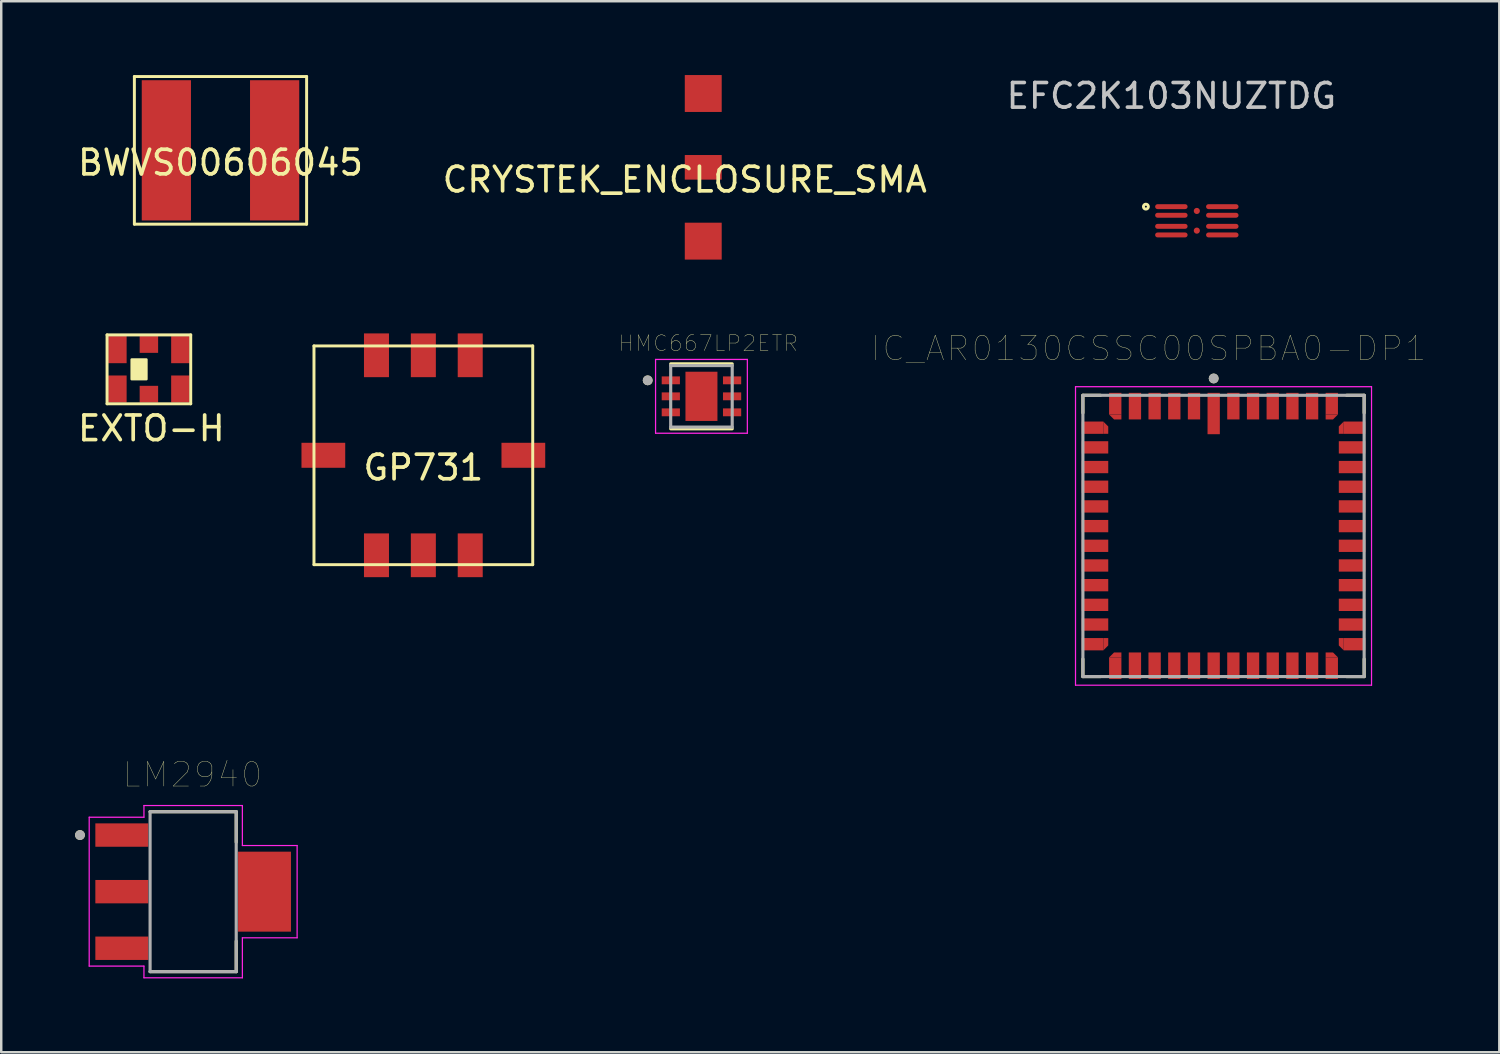
<source format=kicad_pcb>
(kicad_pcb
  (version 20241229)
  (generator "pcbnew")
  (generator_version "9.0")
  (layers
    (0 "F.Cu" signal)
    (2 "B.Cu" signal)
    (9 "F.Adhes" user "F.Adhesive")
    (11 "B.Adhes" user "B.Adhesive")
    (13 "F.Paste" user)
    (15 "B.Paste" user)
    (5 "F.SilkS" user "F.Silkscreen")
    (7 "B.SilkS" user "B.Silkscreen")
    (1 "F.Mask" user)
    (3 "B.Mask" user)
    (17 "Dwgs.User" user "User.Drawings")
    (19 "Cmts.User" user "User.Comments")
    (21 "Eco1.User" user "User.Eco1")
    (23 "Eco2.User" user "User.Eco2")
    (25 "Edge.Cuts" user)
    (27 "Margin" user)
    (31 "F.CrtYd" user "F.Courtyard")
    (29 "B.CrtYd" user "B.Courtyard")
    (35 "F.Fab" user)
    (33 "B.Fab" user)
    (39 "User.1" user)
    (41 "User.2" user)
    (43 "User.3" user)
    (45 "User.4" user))
  (footprint "EFC2K103NUZTDG"
    (layer "F.Cu")
    (at 45.589 5.923)
    (property "Reference" "EFC2K103NUZTDG" (at -1.035 -5.075 0) (layer "Dwgs.User") (effects (font (size 1 1) (thickness 0.15))))
    (attr smd)
    (fp_circle (center -2.07 -0.575) (end -1.97 -0.575) (stroke (width 0.12) (type solid)) (fill no) (layer "F.SilkS"))
    (pad "1" smd roundrect (at -1.035 -0.575) (size 1.32 0.2) (layers "F.Cu" "F.Mask" "F.Paste") (roundrect_rratio 0.5))
    (pad "1" smd roundrect (at -1.035 -0.225) (size 1.32 0.2) (layers "F.Cu" "F.Mask" "F.Paste") (roundrect_rratio 0.5))
    (pad "1" smd roundrect (at 1.035 -0.575) (size 1.32 0.2) (layers "F.Cu" "F.Mask" "F.Paste") (roundrect_rratio 0.5))
    (pad "1" smd roundrect (at 1.035 -0.225) (size 1.32 0.2) (layers "F.Cu" "F.Mask" "F.Paste") (roundrect_rratio 0.5))
    (pad "2" smd roundrect (at -1.035 0.225) (size 1.32 0.2) (layers "F.Cu" "F.Mask" "F.Paste") (roundrect_rratio 0.5))
    (pad "2" smd roundrect (at -1.035 0.575) (size 1.32 0.2) (layers "F.Cu" "F.Mask" "F.Paste") (roundrect_rratio 0.5))
    (pad "2" smd roundrect (at 1.035 0.225) (size 1.32 0.2) (layers "F.Cu" "F.Mask" "F.Paste") (roundrect_rratio 0.5))
    (pad "2" smd roundrect (at 1.035 0.575) (size 1.32 0.2) (layers "F.Cu" "F.Mask" "F.Paste") (roundrect_rratio 0.5))
    (pad "3" smd circle (at 0 -0.4) (size 0.25 0.25) (layers "F.Cu" "F.Mask" "F.Paste"))
    (pad "4" smd circle (at 0 0.4) (size 0.25 0.25) (layers "F.Cu" "F.Mask" "F.Paste")))
  (footprint "IC_AR0130CSSC00SPBA0-DP1"
    (layer "F.Cu")
    (at 46.674 18.731)
    (property "Reference" "IC_AR0130CSSC00SPBA0-DP1" (at -3.048 -7.62 0) (layer "F.SilkS") (effects (font (size 1 1) (thickness 0.015))))
    (attr through_hole)
    (fp_poly (pts (xy -4.885 -4.15) (xy -4.685 -4.15) (xy -4.685 -4.45) (xy -4.885 -4.65)) (stroke (width 0.0001) (type solid)) (fill yes) (layer "F.Cu"))
    (fp_poly (pts (xy -4.885 4.15) (xy -4.685 4.15) (xy -4.685 4.45) (xy -4.885 4.65)) (stroke (width 0.0001) (type solid)) (fill yes) (layer "F.Cu"))
    (fp_poly (pts (xy -4.15 -4.935) (xy -4.15 -4.735) (xy -4.45 -4.735) (xy -4.65 -4.935)) (stroke (width 0.0001) (type solid)) (fill yes) (layer "F.Cu"))
    (fp_poly (pts (xy -4.15 4.935) (xy -4.15 4.735) (xy -4.45 4.735) (xy -4.65 4.935)) (stroke (width 0.0001) (type solid)) (fill yes) (layer "F.Cu"))
    (fp_poly (pts (xy 4.15 -4.935) (xy 4.15 -4.735) (xy 4.45 -4.735) (xy 4.65 -4.935)) (stroke (width 0.0001) (type solid)) (fill yes) (layer "F.Cu"))
    (fp_poly (pts (xy 4.15 4.935) (xy 4.15 4.735) (xy 4.45 4.735) (xy 4.65 4.935)) (stroke (width 0.0001) (type solid)) (fill yes) (layer "F.Cu"))
    (fp_poly (pts (xy 4.885 -4.15) (xy 4.685 -4.15) (xy 4.685 -4.45) (xy 4.885 -4.65)) (stroke (width 0.0001) (type solid)) (fill yes) (layer "F.Cu"))
    (fp_poly (pts (xy 4.885 4.15) (xy 4.685 4.15) (xy 4.685 4.45) (xy 4.885 4.65)) (stroke (width 0.0001) (type solid)) (fill yes) (layer "F.Cu"))
    (fp_poly (pts (xy -5.865 -4.05) (xy -4.585 -4.05) (xy -4.585 -4.51) (xy -4.825 -4.75) (xy -5.865 -4.75)) (stroke (width 0.0001) (type solid)) (fill yes) (layer "F.Mask"))
    (fp_poly (pts (xy -5.865 4.05) (xy -4.585 4.05) (xy -4.585 4.51) (xy -4.825 4.75) (xy -5.865 4.75)) (stroke (width 0.0001) (type solid)) (fill yes) (layer "F.Mask"))
    (fp_poly (pts (xy -4.05 -5.915) (xy -4.05 -4.635) (xy -4.51 -4.635) (xy -4.75 -4.875) (xy -4.75 -5.915)) (stroke (width 0.0001) (type solid)) (fill yes) (layer "F.Mask"))
    (fp_poly (pts (xy -4.05 5.915) (xy -4.05 4.635) (xy -4.51 4.635) (xy -4.75 4.875) (xy -4.75 5.915)) (stroke (width 0.0001) (type solid)) (fill yes) (layer "F.Mask"))
    (fp_poly (pts (xy 4.05 -5.915) (xy 4.05 -4.635) (xy 4.51 -4.635) (xy 4.75 -4.875) (xy 4.75 -5.915)) (stroke (width 0.0001) (type solid)) (fill yes) (layer "F.Mask"))
    (fp_poly (pts (xy 4.05 5.915) (xy 4.05 4.635) (xy 4.51 4.635) (xy 4.75 4.875) (xy 4.75 5.915)) (stroke (width 0.0001) (type solid)) (fill yes) (layer "F.Mask"))
    (fp_poly (pts (xy 5.865 -4.05) (xy 4.585 -4.05) (xy 4.585 -4.51) (xy 4.825 -4.75) (xy 5.865 -4.75)) (stroke (width 0.0001) (type solid)) (fill yes) (layer "F.Mask"))
    (fp_poly (pts (xy 5.865 4.05) (xy 4.585 4.05) (xy 4.585 4.51) (xy 4.825 4.75) (xy 5.865 4.75)) (stroke (width 0.0001) (type solid)) (fill yes) (layer "F.Mask"))
    (fp_line (start -5.715 -5.715) (end -5.715 -5) (stroke (width 0.127) (type solid)) (layer "F.SilkS"))
    (fp_line (start -5.715 5.715) (end -5.715 5) (stroke (width 0.127) (type solid)) (layer "F.SilkS"))
    (fp_line (start -5 -5.715) (end -5.715 -5.715) (stroke (width 0.127) (type solid)) (layer "F.SilkS"))
    (fp_line (start -5 5.715) (end -5.715 5.715) (stroke (width 0.127) (type solid)) (layer "F.SilkS"))
    (fp_line (start 5 -5.715) (end 5.715 -5.715) (stroke (width 0.127) (type solid)) (layer "F.SilkS"))
    (fp_line (start 5 5.715) (end 5.715 5.715) (stroke (width 0.127) (type solid)) (layer "F.SilkS"))
    (fp_line (start 5.715 -5.715) (end 5.715 -5) (stroke (width 0.127) (type solid)) (layer "F.SilkS"))
    (fp_line (start 5.715 5.715) (end 5.715 5) (stroke (width 0.127) (type solid)) (layer "F.SilkS"))
    (fp_circle (center -0.4 -6.4) (end -0.3 -6.4) (stroke (width 0.2) (type solid)) (fill no) (layer "F.SilkS"))
    (fp_poly (pts (xy -4.885 -4.15) (xy -4.685 -4.15) (xy -4.685 -4.45) (xy -4.885 -4.65)) (stroke (width 0.0001) (type solid)) (fill yes) (layer "F.Paste"))
    (fp_poly (pts (xy -4.885 4.15) (xy -4.685 4.15) (xy -4.685 4.45) (xy -4.885 4.65)) (stroke (width 0.0001) (type solid)) (fill yes) (layer "F.Paste"))
    (fp_poly (pts (xy -4.15 -4.935) (xy -4.15 -4.735) (xy -4.45 -4.735) (xy -4.65 -4.935)) (stroke (width 0.0001) (type solid)) (fill yes) (layer "F.Paste"))
    (fp_poly (pts (xy -4.15 4.935) (xy -4.15 4.735) (xy -4.45 4.735) (xy -4.65 4.935)) (stroke (width 0.0001) (type solid)) (fill yes) (layer "F.Paste"))
    (fp_poly (pts (xy 4.15 -4.935) (xy 4.15 -4.735) (xy 4.45 -4.735) (xy 4.65 -4.935)) (stroke (width 0.0001) (type solid)) (fill yes) (layer "F.Paste"))
    (fp_poly (pts (xy 4.15 4.935) (xy 4.15 4.735) (xy 4.45 4.735) (xy 4.65 4.935)) (stroke (width 0.0001) (type solid)) (fill yes) (layer "F.Paste"))
    (fp_poly (pts (xy 4.885 -4.15) (xy 4.685 -4.15) (xy 4.685 -4.45) (xy 4.885 -4.65)) (stroke (width 0.0001) (type solid)) (fill yes) (layer "F.Paste"))
    (fp_poly (pts (xy 4.885 4.15) (xy 4.685 4.15) (xy 4.685 4.45) (xy 4.885 4.65)) (stroke (width 0.0001) (type solid)) (fill yes) (layer "F.Paste"))
    (fp_line (start -6.015 -6.065) (end 6.015 -6.065) (stroke (width 0.05) (type solid)) (layer "F.CrtYd"))
    (fp_line (start -6.015 6.065) (end -6.015 -6.065) (stroke (width 0.05) (type solid)) (layer "F.CrtYd"))
    (fp_line (start 6.015 -6.065) (end 6.015 6.065) (stroke (width 0.05) (type solid)) (layer "F.CrtYd"))
    (fp_line (start 6.015 6.065) (end -6.015 6.065) (stroke (width 0.05) (type solid)) (layer "F.CrtYd"))
    (fp_line (start -5.715 -5.715) (end -5.715 5.715) (stroke (width 0.127) (type solid)) (layer "F.Fab"))
    (fp_line (start -5.715 5.715) (end 5.715 5.715) (stroke (width 0.127) (type solid)) (layer "F.Fab"))
    (fp_line (start 5.715 -5.715) (end -5.715 -5.715) (stroke (width 0.127) (type solid)) (layer "F.Fab"))
    (fp_line (start 5.715 5.715) (end 5.715 -5.715) (stroke (width 0.127) (type solid)) (layer "F.Fab"))
    (fp_circle (center -0.4 -6.4) (end -0.3 -6.4) (stroke (width 0.2) (type solid)) (fill no) (layer "F.Fab"))
    (pad "1" smd rect (at -0.4 -4.975) (size 0.5 1.68) (layers "F.Cu" "F.Mask" "F.Paste"))
    (pad "2" smd rect (at -1.2 -5.275) (size 0.5 1.08) (layers "F.Cu" "F.Mask" "F.Paste"))
    (pad "3" smd rect (at -2 -5.275) (size 0.5 1.08) (layers "F.Cu" "F.Mask" "F.Paste"))
    (pad "4" smd rect (at -2.8 -5.275) (size 0.5 1.08) (layers "F.Cu" "F.Mask" "F.Paste"))
    (pad "5" smd rect (at -3.6 -5.275) (size 0.5 1.08) (layers "F.Cu" "F.Mask" "F.Paste"))
    (pad "6" smd rect (at -4.4 -5.375) (size 0.5 0.88) (layers "F.Cu" "F.Paste"))
    (pad "7" smd rect (at -5.325 -4.4) (size 0.88 0.5) (layers "F.Cu" "F.Paste"))
    (pad "8" smd rect (at -5.225 -3.6) (size 1.08 0.5) (layers "F.Cu" "F.Mask" "F.Paste"))
    (pad "9" smd rect (at -5.225 -2.8) (size 1.08 0.5) (layers "F.Cu" "F.Mask" "F.Paste"))
    (pad "10" smd rect (at -5.225 -2) (size 1.08 0.5) (layers "F.Cu" "F.Mask" "F.Paste"))
    (pad "11" smd rect (at -5.225 -1.2) (size 1.08 0.5) (layers "F.Cu" "F.Mask" "F.Paste"))
    (pad "12" smd rect (at -5.225 -0.4) (size 1.08 0.5) (layers "F.Cu" "F.Mask" "F.Paste"))
    (pad "13" smd rect (at -5.225 0.4) (size 1.08 0.5) (layers "F.Cu" "F.Mask" "F.Paste"))
    (pad "14" smd rect (at -5.225 1.2) (size 1.08 0.5) (layers "F.Cu" "F.Mask" "F.Paste"))
    (pad "15" smd rect (at -5.225 2) (size 1.08 0.5) (layers "F.Cu" "F.Mask" "F.Paste"))
    (pad "16" smd rect (at -5.225 2.8) (size 1.08 0.5) (layers "F.Cu" "F.Mask" "F.Paste"))
    (pad "17" smd rect (at -5.225 3.6) (size 1.08 0.5) (layers "F.Cu" "F.Mask" "F.Paste"))
    (pad "18" smd rect (at -5.325 4.4) (size 0.88 0.5) (layers "F.Cu" "F.Paste"))
    (pad "19" smd rect (at -4.4 5.375) (size 0.5 0.88) (layers "F.Cu" "F.Paste"))
    (pad "20" smd rect (at -3.6 5.275) (size 0.5 1.08) (layers "F.Cu" "F.Mask" "F.Paste"))
    (pad "21" smd rect (at -2.8 5.275) (size 0.5 1.08) (layers "F.Cu" "F.Mask" "F.Paste"))
    (pad "22" smd rect (at -2 5.275) (size 0.5 1.08) (layers "F.Cu" "F.Mask" "F.Paste"))
    (pad "23" smd rect (at -1.2 5.275) (size 0.5 1.08) (layers "F.Cu" "F.Mask" "F.Paste"))
    (pad "24" smd rect (at -0.4 5.275) (size 0.5 1.08) (layers "F.Cu" "F.Mask" "F.Paste"))
    (pad "25" smd rect (at 0.4 5.275) (size 0.5 1.08) (layers "F.Cu" "F.Mask" "F.Paste"))
    (pad "26" smd rect (at 1.2 5.275) (size 0.5 1.08) (layers "F.Cu" "F.Mask" "F.Paste"))
    (pad "27" smd rect (at 2 5.275) (size 0.5 1.08) (layers "F.Cu" "F.Mask" "F.Paste"))
    (pad "28" smd rect (at 2.8 5.275) (size 0.5 1.08) (layers "F.Cu" "F.Mask" "F.Paste"))
    (pad "29" smd rect (at 3.6 5.275) (size 0.5 1.08) (layers "F.Cu" "F.Mask" "F.Paste"))
    (pad "30" smd rect (at 4.4 5.375) (size 0.5 0.88) (layers "F.Cu" "F.Paste"))
    (pad "31" smd rect (at 5.325 4.4) (size 0.88 0.5) (layers "F.Cu" "F.Paste"))
    (pad "32" smd rect (at 5.225 3.6) (size 1.08 0.5) (layers "F.Cu" "F.Mask" "F.Paste"))
    (pad "33" smd rect (at 5.225 2.8) (size 1.08 0.5) (layers "F.Cu" "F.Mask" "F.Paste"))
    (pad "34" smd rect (at 5.225 2) (size 1.08 0.5) (layers "F.Cu" "F.Mask" "F.Paste"))
    (pad "35" smd rect (at 5.225 1.2) (size 1.08 0.5) (layers "F.Cu" "F.Mask" "F.Paste"))
    (pad "36" smd rect (at 5.225 0.4) (size 1.08 0.5) (layers "F.Cu" "F.Mask" "F.Paste"))
    (pad "37" smd rect (at 5.225 -0.4) (size 1.08 0.5) (layers "F.Cu" "F.Mask" "F.Paste"))
    (pad "38" smd rect (at 5.225 -1.2) (size 1.08 0.5) (layers "F.Cu" "F.Mask" "F.Paste"))
    (pad "39" smd rect (at 5.225 -2) (size 1.08 0.5) (layers "F.Cu" "F.Mask" "F.Paste"))
    (pad "40" smd rect (at 5.225 -2.8) (size 1.08 0.5) (layers "F.Cu" "F.Mask" "F.Paste"))
    (pad "41" smd rect (at 5.225 -3.6) (size 1.08 0.5) (layers "F.Cu" "F.Mask" "F.Paste"))
    (pad "42" smd rect (at 5.325 -4.4) (size 0.88 0.5) (layers "F.Cu" "F.Paste"))
    (pad "43" smd rect (at 4.4 -5.375) (size 0.5 0.88) (layers "F.Cu" "F.Paste"))
    (pad "44" smd rect (at 3.6 -5.275) (size 0.5 1.08) (layers "F.Cu" "F.Mask" "F.Paste"))
    (pad "45" smd rect (at 2.8 -5.275) (size 0.5 1.08) (layers "F.Cu" "F.Mask" "F.Paste"))
    (pad "46" smd rect (at 2 -5.275) (size 0.5 1.08) (layers "F.Cu" "F.Mask" "F.Paste"))
    (pad "47" smd rect (at 1.2 -5.275) (size 0.5 1.08) (layers "F.Cu" "F.Mask" "F.Paste"))
    (pad "48" smd rect (at 0.4 -5.275) (size 0.5 1.08) (layers "F.Cu" "F.Mask" "F.Paste")))
  (footprint "BWVS00606045"
    (layer "F.Cu")
    (at 5.911 3.06)
    (property "Reference" "BWVS00606045" (at 0 0.5 0) (layer "F.SilkS") (effects (font (size 1 1) (thickness 0.15))))
    (attr through_hole)
    (fp_line (start -3.5 -3) (end 3.5 -3) (stroke (width 0.12) (type solid)) (layer "F.SilkS"))
    (fp_line (start -3.5 3) (end -3.5 -3) (stroke (width 0.12) (type solid)) (layer "F.SilkS"))
    (fp_line (start 3.5 -3) (end 3.5 3) (stroke (width 0.12) (type solid)) (layer "F.SilkS"))
    (fp_line (start 3.5 3) (end -3.5 3) (stroke (width 0.12) (type solid)) (layer "F.SilkS"))
    (pad "1" smd rect (at -2.2 0) (size 2 5.7) (layers "F.Cu" "F.Mask" "F.Paste"))
    (pad "2" smd rect (at 2.2 0 180) (size 2 5.7) (layers "F.Cu" "F.Mask" "F.Paste")))
  (footprint "HMC667LP2ETR"
    (layer "F.Cu")
    (at 25.457 13.057)
    (property "Reference" "HMC667LP2ETR" (at 0.282 -2.156 0) (layer "F.SilkS") (effects (font (size 0.64 0.64) (thickness 0.015))))
    (attr through_hole)
    (fp_line (start -1.25 -1.32) (end 1.25 -1.32) (stroke (width 0.127) (type solid)) (layer "F.SilkS"))
    (fp_line (start -1.25 1.32) (end 1.25 1.32) (stroke (width 0.127) (type solid)) (layer "F.SilkS"))
    (fp_circle (center -2.185 -0.65) (end -2.085 -0.65) (stroke (width 0.2) (type solid)) (fill no) (layer "F.SilkS"))
    (fp_poly (pts (xy -0.41 -0.63) (xy 0.41 -0.63) (xy 0.41 0.63) (xy -0.41 0.63)) (stroke (width 0.01) (type solid)) (fill yes) (layer "F.Paste"))
    (fp_line (start -1.865 -1.5) (end -1.865 1.5) (stroke (width 0.05) (type solid)) (layer "F.CrtYd"))
    (fp_line (start -1.865 -1.5) (end 1.865 -1.5) (stroke (width 0.05) (type solid)) (layer "F.CrtYd"))
    (fp_line (start -1.865 1.5) (end 1.865 1.5) (stroke (width 0.05) (type solid)) (layer "F.CrtYd"))
    (fp_line (start 1.865 -1.5) (end 1.865 1.5) (stroke (width 0.05) (type solid)) (layer "F.CrtYd"))
    (fp_line (start -1.25 -1.25) (end -1.25 1.25) (stroke (width 0.127) (type solid)) (layer "F.Fab"))
    (fp_line (start -1.25 -1.25) (end 1.25 -1.25) (stroke (width 0.127) (type solid)) (layer "F.Fab"))
    (fp_line (start -1.25 1.25) (end 1.25 1.25) (stroke (width 0.127) (type solid)) (layer "F.Fab"))
    (fp_line (start 1.25 -1.25) (end 1.25 1.25) (stroke (width 0.127) (type solid)) (layer "F.Fab"))
    (fp_circle (center -2.185 -0.65) (end -2.085 -0.65) (stroke (width 0.2) (type solid)) (fill no) (layer "F.Fab"))
    (pad "1" smd rect (at -1.245 -0.65) (size 0.74 0.32) (layers "F.Cu" "F.Mask" "F.Paste"))
    (pad "2" smd rect (at -1.245 0) (size 0.74 0.32) (layers "F.Cu" "F.Mask" "F.Paste"))
    (pad "3" smd rect (at -1.245 0.65) (size 0.74 0.32) (layers "F.Cu" "F.Mask" "F.Paste"))
    (pad "4" smd rect (at 1.245 0.65) (size 0.74 0.32) (layers "F.Cu" "F.Mask" "F.Paste"))
    (pad "5" smd rect (at 1.245 0) (size 0.74 0.32) (layers "F.Cu" "F.Mask" "F.Paste"))
    (pad "6" smd rect (at 1.245 -0.65) (size 0.74 0.32) (layers "F.Cu" "F.Mask" "F.Paste"))
    (pad "7" smd rect (at 0 0) (size 1.3 2) (layers "F.Cu" "F.Mask")))
  (footprint "CRYSTEK_ENCLOSURE_SMA"
    (layer "F.Cu")
    (at 24.78 3.75)
    (property "Reference" "CRYSTEK_ENCLOSURE_SMA" (at 0 0.5 0) (layer "F.SilkS") (effects (font (size 1 1) (thickness 0.15))))
    (attr smd)
    (pad "1" smd rect (at 0.75 0) (size 1.5 1) (layers "F.Cu" "F.Mask" "F.Paste"))
    (pad "2" smd rect (at 0.75 -3) (size 1.5 1.5) (layers "F.Cu" "F.Mask" "F.Paste"))
    (pad "2" smd rect (at 0.75 3) (size 1.5 1.5) (layers "F.Cu" "F.Mask" "F.Paste")))
  (footprint "LM2940"
    (layer "F.Cu")
    (at 4.8 33.187)
    (property "Reference" "LM2940" (at -0.025 -4.754 0) (layer "F.SilkS") (effects (font (size 1 1) (thickness 0.015))))
    (attr through_hole)
    (fp_line (start -1.75 -3.25) (end 1.75 -3.25) (stroke (width 0.127) (type solid)) (layer "F.SilkS"))
    (fp_line (start -1.75 3.25) (end 1.75 3.25) (stroke (width 0.127) (type solid)) (layer "F.SilkS"))
    (fp_line (start 1.75 -3.25) (end 1.75 -2.01) (stroke (width 0.127) (type solid)) (layer "F.SilkS"))
    (fp_line (start 1.75 3.25) (end 1.75 2.01) (stroke (width 0.127) (type solid)) (layer "F.SilkS"))
    (fp_circle (center -4.6 -2.3) (end -4.5 -2.3) (stroke (width 0.2) (type solid)) (fill no) (layer "F.SilkS"))
    (fp_line (start -4.225 -3.025) (end -4.225 3.025) (stroke (width 0.05) (type solid)) (layer "F.CrtYd"))
    (fp_line (start -4.225 3.025) (end -2 3.025) (stroke (width 0.05) (type solid)) (layer "F.CrtYd"))
    (fp_line (start -2 -3.5) (end -2 -3.025) (stroke (width 0.05) (type solid)) (layer "F.CrtYd"))
    (fp_line (start -2 -3.025) (end -4.225 -3.025) (stroke (width 0.05) (type solid)) (layer "F.CrtYd"))
    (fp_line (start -2 3.025) (end -2 3.5) (stroke (width 0.05) (type solid)) (layer "F.CrtYd"))
    (fp_line (start -2 3.5) (end 2 3.5) (stroke (width 0.05) (type solid)) (layer "F.CrtYd"))
    (fp_line (start 2 -3.5) (end -2 -3.5) (stroke (width 0.05) (type solid)) (layer "F.CrtYd"))
    (fp_line (start 2 -1.875) (end 2 -3.5) (stroke (width 0.05) (type solid)) (layer "F.CrtYd"))
    (fp_line (start 2 1.875) (end 4.225 1.875) (stroke (width 0.05) (type solid)) (layer "F.CrtYd"))
    (fp_line (start 2 3.5) (end 2 1.875) (stroke (width 0.05) (type solid)) (layer "F.CrtYd"))
    (fp_line (start 4.225 -1.875) (end 2 -1.875) (stroke (width 0.05) (type solid)) (layer "F.CrtYd"))
    (fp_line (start 4.225 1.875) (end 4.225 -1.875) (stroke (width 0.05) (type solid)) (layer "F.CrtYd"))
    (fp_line (start -1.75 -3.25) (end -1.75 3.25) (stroke (width 0.127) (type solid)) (layer "F.Fab"))
    (fp_line (start 1.75 -3.25) (end -1.75 -3.25) (stroke (width 0.127) (type solid)) (layer "F.Fab"))
    (fp_line (start 1.75 -3.25) (end 1.75 3.25) (stroke (width 0.127) (type solid)) (layer "F.Fab"))
    (fp_line (start 1.75 3.25) (end -1.75 3.25) (stroke (width 0.127) (type solid)) (layer "F.Fab"))
    (fp_circle (center -4.6 -2.3) (end -4.5 -2.3) (stroke (width 0.2) (type solid)) (fill no) (layer "F.Fab"))
    (pad "1" smd rect (at -2.9 -2.3) (size 2.15 0.95) (layers "F.Cu" "F.Mask" "F.Paste"))
    (pad "2" smd rect (at -2.9 0) (size 2.15 0.95) (layers "F.Cu" "F.Mask" "F.Paste"))
    (pad "3" smd rect (at -2.9 2.3) (size 2.15 0.95) (layers "F.Cu" "F.Mask" "F.Paste"))
    (pad "4" smd rect (at 2.9 0) (size 2.15 3.25) (layers "F.Cu" "F.Mask" "F.Paste")))
  (footprint "EXTO-H"
    (layer "F.Cu")
    (at 3.001 11.96)
    (property "Reference" "EXTO-H" (at 0.1 2.4 0) (layer "F.SilkS") (effects (font (size 1 1) (thickness 0.15))))
    (attr through_hole)
    (fp_line (start -1.7 -1.4) (end 1.7 -1.4) (stroke (width 0.12) (type solid)) (layer "F.SilkS"))
    (fp_line (start -1.7 1.4) (end -1.7 -1.4) (stroke (width 0.12) (type solid)) (layer "F.SilkS"))
    (fp_line (start 1.7 -1.4) (end 1.7 1.4) (stroke (width 0.12) (type solid)) (layer "F.SilkS"))
    (fp_line (start 1.7 1.4) (end -1.7 1.4) (stroke (width 0.12) (type solid)) (layer "F.SilkS"))
    (fp_poly (pts (xy -0.1 0.4) (xy -0.7 0.4) (xy -0.7 -0.4) (xy -0.1 -0.4)) (stroke (width 0.1) (type solid)) (fill yes) (layer "F.SilkS"))
    (pad "1" smd rect (at 1.28 -0.8 180) (size 0.75 1.1) (layers "F.Cu" "F.Mask" "F.Paste"))
    (pad "2" smd rect (at 0 -1.01) (size 0.75 0.68) (layers "F.Cu" "F.Mask" "F.Paste"))
    (pad "3" smd rect (at -1.28 -0.8) (size 0.75 1.1) (layers "F.Cu" "F.Mask" "F.Paste"))
    (pad "4" smd rect (at -1.28 0.8) (size 0.75 1.1) (layers "F.Cu" "F.Mask" "F.Paste"))
    (pad "5" smd rect (at 0 1.01 180) (size 0.75 0.68) (layers "F.Cu" "F.Mask" "F.Paste"))
    (pad "6" smd rect (at 1.28 0.8 180) (size 0.75 1.1) (layers "F.Cu" "F.Mask" "F.Paste")))
  (footprint "GP731"
    (layer "F.Cu")
    (at 14.155 15.453)
    (property "Reference" "GP731" (at 0 0.5 0) (layer "F.SilkS") (effects (font (size 1 1) (thickness 0.15))))
    (attr through_hole)
    (fp_line (start -4.445 -4.445) (end 4.445 -4.445) (stroke (width 0.12) (type solid)) (layer "F.SilkS"))
    (fp_line (start -4.445 4.445) (end -4.445 -4.445) (stroke (width 0.12) (type solid)) (layer "F.SilkS"))
    (fp_line (start 4.445 -4.445) (end 4.445 4.445) (stroke (width 0.12) (type solid)) (layer "F.SilkS"))
    (fp_line (start 4.445 4.445) (end -4.445 4.445) (stroke (width 0.12) (type solid)) (layer "F.SilkS"))
    (pad "1" smd rect (at -1.905 4.064) (size 1.016 1.778) (layers "F.Cu" "F.Mask" "F.Paste"))
    (pad "2" smd rect (at 0 4.064) (size 1.016 1.778) (layers "F.Cu" "F.Mask" "F.Paste"))
    (pad "3" smd rect (at 1.905 4.064) (size 1.016 1.778) (layers "F.Cu" "F.Mask" "F.Paste"))
    (pad "4" smd rect (at 4.064 0 90) (size 1.016 1.778) (layers "F.Cu" "F.Mask" "F.Paste"))
    (pad "5" smd rect (at 1.905 -4.064 180) (size 1.016 1.778) (layers "F.Cu" "F.Mask" "F.Paste"))
    (pad "6" smd rect (at 0 -4.064 180) (size 1.016 1.778) (layers "F.Cu" "F.Mask" "F.Paste"))
    (pad "7" smd rect (at -1.905 -4.064 180) (size 1.016 1.778) (layers "F.Cu" "F.Mask" "F.Paste"))
    (pad "8" smd rect (at -4.064 0 90) (size 1.016 1.778) (layers "F.Cu" "F.Mask" "F.Paste")))
  (gr_rect
    (start -3 -3)
    (end 57.882 39.712)
    (stroke (width 0.1) (type default))
    (fill no)
    (layer "Edge.Cuts")))
</source>
